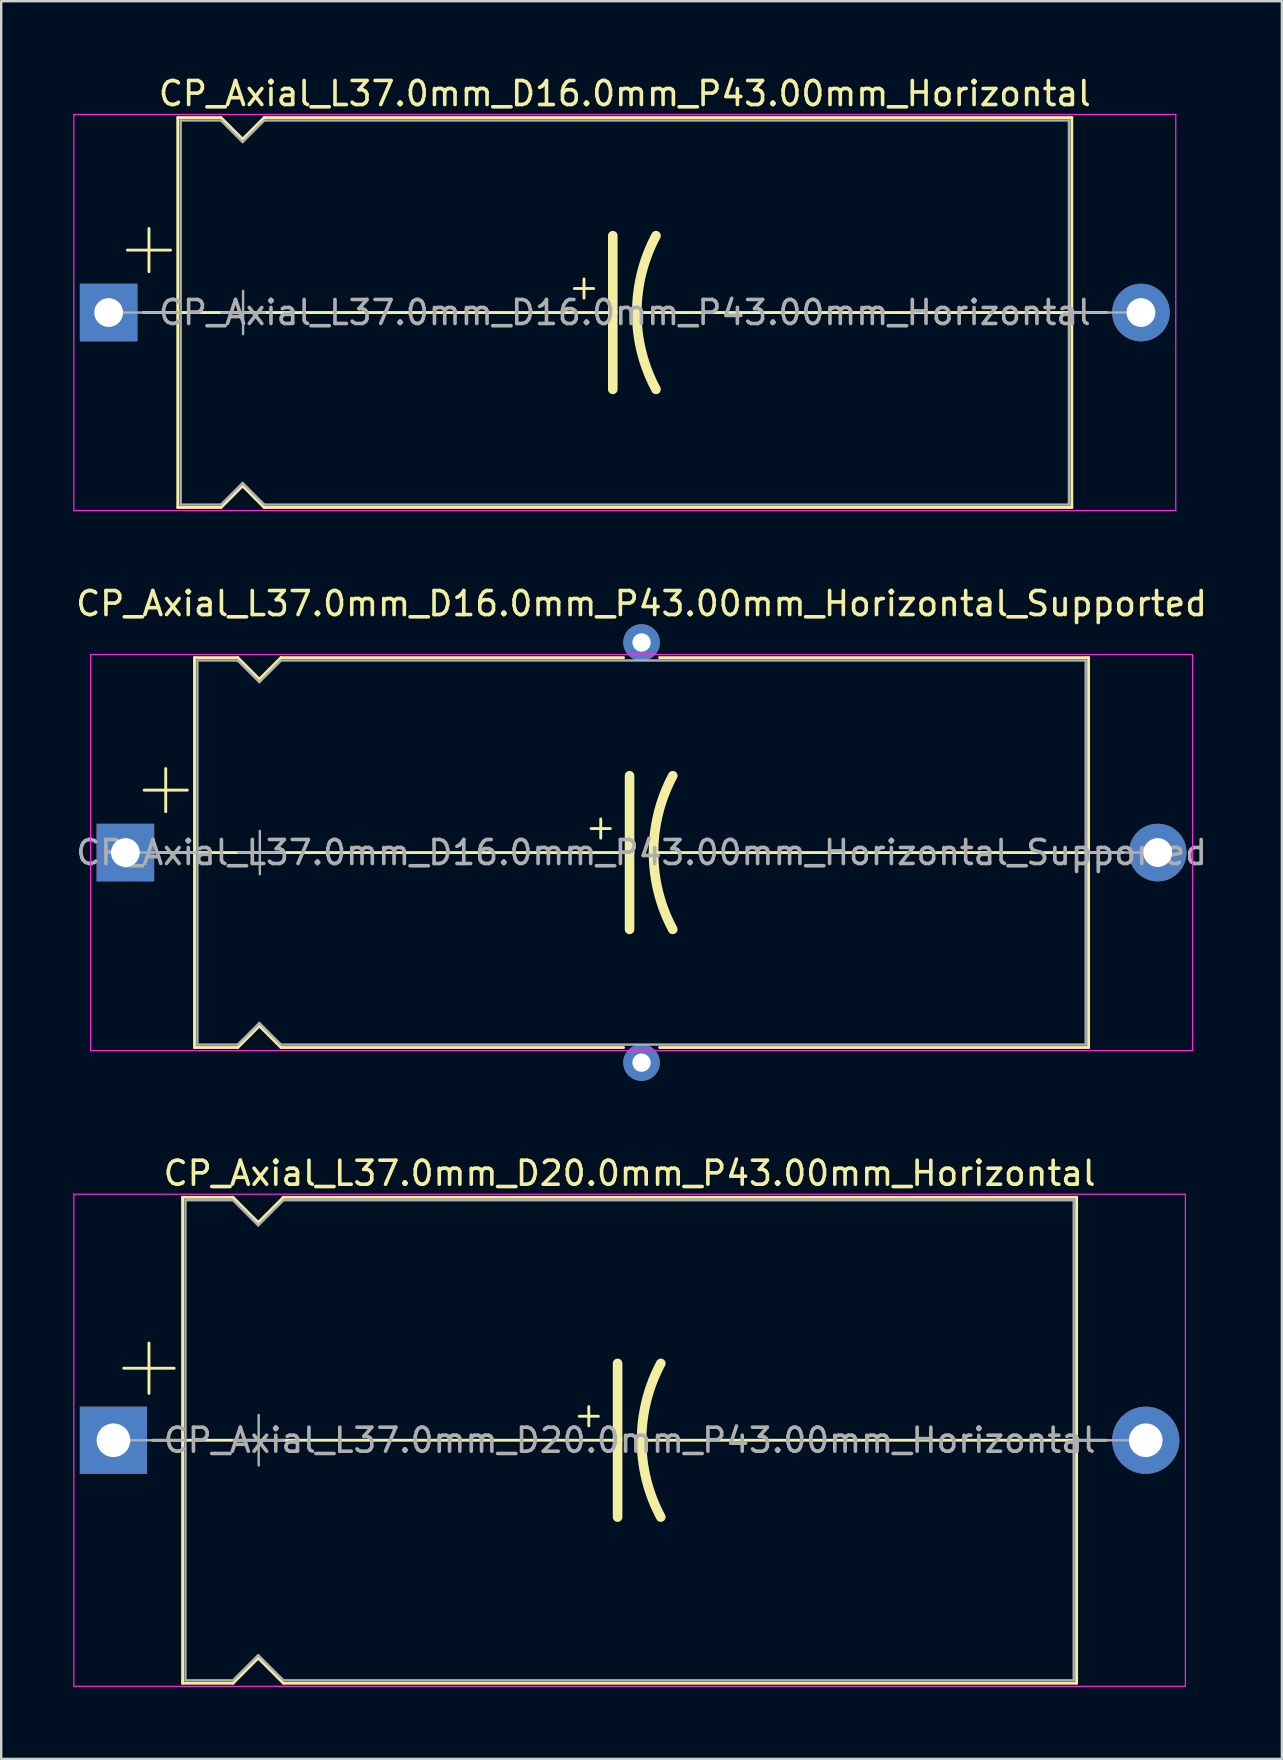
<source format=kicad_pcb>
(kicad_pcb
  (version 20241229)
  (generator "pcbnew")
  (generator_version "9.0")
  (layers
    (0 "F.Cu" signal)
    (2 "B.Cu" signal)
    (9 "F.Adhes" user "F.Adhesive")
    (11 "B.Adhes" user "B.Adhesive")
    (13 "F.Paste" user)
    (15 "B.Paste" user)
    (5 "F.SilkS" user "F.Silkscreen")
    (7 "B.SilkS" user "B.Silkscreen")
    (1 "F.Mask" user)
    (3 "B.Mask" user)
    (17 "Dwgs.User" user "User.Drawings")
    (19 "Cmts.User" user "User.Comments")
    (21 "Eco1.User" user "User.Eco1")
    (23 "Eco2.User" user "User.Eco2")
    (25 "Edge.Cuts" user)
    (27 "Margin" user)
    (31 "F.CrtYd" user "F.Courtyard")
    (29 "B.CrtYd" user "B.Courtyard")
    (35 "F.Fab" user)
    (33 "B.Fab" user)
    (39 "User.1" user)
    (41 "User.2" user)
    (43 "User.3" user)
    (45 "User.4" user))
  (footprint "CP_Axial_L37.0mm_D16.0mm_P43.00mm_Horizontal"
    (layer "F.Cu")
    (at 1.475 9.968)
    (property "Reference" "CP_Axial_L37.0mm_D16.0mm_P43.00mm_Horizontal" (at 21.5 -9.12 0) (layer "F.SilkS") (effects (font (size 1 1) (thickness 0.15))))
    (attr through_hole)
    (fp_line (start 0.78 -2.6) (end 2.58 -2.6) (stroke (width 0.12) (type solid)) (layer "F.SilkS"))
    (fp_line (start 1.44 0) (end 2.88 0) (stroke (width 0.12) (type solid)) (layer "F.SilkS"))
    (fp_line (start 1.68 -3.5) (end 1.68 -1.7) (stroke (width 0.12) (type solid)) (layer "F.SilkS"))
    (fp_line (start 2.88 -8.12) (end 2.88 8.12) (stroke (width 0.12) (type solid)) (layer "F.SilkS"))
    (fp_line (start 2.88 -8.12) (end 4.68 -8.12) (stroke (width 0.12) (type solid)) (layer "F.SilkS"))
    (fp_line (start 2.88 0) (end 21 0) (stroke (width 0.12) (type solid)) (layer "F.SilkS"))
    (fp_line (start 2.88 8.12) (end 4.68 8.12) (stroke (width 0.12) (type solid)) (layer "F.SilkS"))
    (fp_line (start 4.68 -8.12) (end 5.58 -7.22) (stroke (width 0.12) (type solid)) (layer "F.SilkS"))
    (fp_line (start 4.68 8.12) (end 5.58 7.22) (stroke (width 0.12) (type solid)) (layer "F.SilkS"))
    (fp_line (start 5.58 -7.22) (end 6.48 -8.12) (stroke (width 0.12) (type solid)) (layer "F.SilkS"))
    (fp_line (start 5.58 7.22) (end 6.48 8.12) (stroke (width 0.12) (type solid)) (layer "F.SilkS"))
    (fp_line (start 6.48 -8.12) (end 40.12 -8.12) (stroke (width 0.12) (type solid)) (layer "F.SilkS"))
    (fp_line (start 6.48 8.12) (end 40.12 8.12) (stroke (width 0.12) (type solid)) (layer "F.SilkS"))
    (fp_line (start 19.4 -1) (end 20.2 -1) (stroke (width 0.12) (type solid)) (layer "F.SilkS"))
    (fp_line (start 19.8 -1.4) (end 19.8 -0.6) (stroke (width 0.12) (type solid)) (layer "F.SilkS"))
    (fp_line (start 21 0) (end 21 -3.2) (stroke (width 0.4) (type solid)) (layer "F.SilkS"))
    (fp_line (start 21 0) (end 21 3.2) (stroke (width 0.4) (type solid)) (layer "F.SilkS"))
    (fp_line (start 40.12 -8.12) (end 40.12 8.12) (stroke (width 0.12) (type solid)) (layer "F.SilkS"))
    (fp_line (start 40.12 0) (end 22 0) (stroke (width 0.12) (type solid)) (layer "F.SilkS"))
    (fp_line (start 41.56 0) (end 40.12 0) (stroke (width 0.12) (type solid)) (layer "F.SilkS"))
    (fp_arc (start 22 0) (mid 22.203545 -1.649114) (end 22.8 -3.2) (stroke (width 0.4) (type solid)) (layer "F.SilkS"))
    (fp_arc (start 22.8 3.2) (mid 22.200709 1.649823) (end 22 0) (stroke (width 0.4) (type solid)) (layer "F.SilkS"))
    (fp_line (start -1.45 -8.25) (end -1.45 8.25) (stroke (width 0.05) (type solid)) (layer "F.CrtYd"))
    (fp_line (start -1.45 8.25) (end 44.45 8.25) (stroke (width 0.05) (type solid)) (layer "F.CrtYd"))
    (fp_line (start 44.45 -8.25) (end -1.45 -8.25) (stroke (width 0.05) (type solid)) (layer "F.CrtYd"))
    (fp_line (start 44.45 8.25) (end 44.45 -8.25) (stroke (width 0.05) (type solid)) (layer "F.CrtYd"))
    (fp_line (start 0 0) (end 3 0) (stroke (width 0.1) (type solid)) (layer "F.Fab"))
    (fp_line (start 3 -8) (end 3 8) (stroke (width 0.1) (type solid)) (layer "F.Fab"))
    (fp_line (start 3 -8) (end 4.68 -8) (stroke (width 0.1) (type solid)) (layer "F.Fab"))
    (fp_line (start 3 8) (end 4.68 8) (stroke (width 0.1) (type solid)) (layer "F.Fab"))
    (fp_line (start 4.68 -8) (end 5.58 -7.1) (stroke (width 0.1) (type solid)) (layer "F.Fab"))
    (fp_line (start 4.68 8) (end 5.58 7.1) (stroke (width 0.1) (type solid)) (layer "F.Fab"))
    (fp_line (start 4.7 0) (end 6.5 0) (stroke (width 0.1) (type solid)) (layer "F.Fab"))
    (fp_line (start 5.58 -7.1) (end 6.48 -8) (stroke (width 0.1) (type solid)) (layer "F.Fab"))
    (fp_line (start 5.58 7.1) (end 6.48 8) (stroke (width 0.1) (type solid)) (layer "F.Fab"))
    (fp_line (start 5.6 -0.9) (end 5.6 0.9) (stroke (width 0.1) (type solid)) (layer "F.Fab"))
    (fp_line (start 6.48 -8) (end 40 -8) (stroke (width 0.1) (type solid)) (layer "F.Fab"))
    (fp_line (start 6.48 8) (end 40 8) (stroke (width 0.1) (type solid)) (layer "F.Fab"))
    (fp_line (start 40 -8) (end 40 8) (stroke (width 0.1) (type solid)) (layer "F.Fab"))
    (fp_line (start 43 0) (end 40 0) (stroke (width 0.1) (type solid)) (layer "F.Fab"))
    (fp_text user "${REFERENCE}" (at 21.5 0 0) (layer "F.Fab") (effects (font (size 1 1) (thickness 0.15))))
    (pad "1" thru_hole rect (at 0 0) (size 2.4 2.4) (drill 1.2) (layers "*.Cu" "*.Mask"))
    (pad "2" thru_hole oval (at 43 0) (size 2.4 2.4) (drill 1.2) (layers "*.Cu" "*.Mask")))
  (footprint "CP_Axial_L37.0mm_D16.0mm_P43.00mm_Horizontal_Supported"
    (layer "F.Cu")
    (at 2.173 32.462)
    (property "Reference" "CP_Axial_L37.0mm_D16.0mm_P43.00mm_Horizontal_Supported" (at 21.5 -10.37 0) (layer "F.SilkS") (effects (font (size 1 1) (thickness 0.15))))
    (attr through_hole)
    (fp_line (start 0.78 -2.6) (end 2.58 -2.6) (stroke (width 0.12) (type solid)) (layer "F.SilkS"))
    (fp_line (start 1.44 0) (end 2.88 0) (stroke (width 0.12) (type solid)) (layer "F.SilkS"))
    (fp_line (start 1.68 -3.5) (end 1.68 -1.7) (stroke (width 0.12) (type solid)) (layer "F.SilkS"))
    (fp_line (start 2.88 -8.12) (end 2.88 8.12) (stroke (width 0.12) (type solid)) (layer "F.SilkS"))
    (fp_line (start 2.88 -8.12) (end 4.68 -8.12) (stroke (width 0.12) (type solid)) (layer "F.SilkS"))
    (fp_line (start 2.88 0) (end 21 0) (stroke (width 0.12) (type solid)) (layer "F.SilkS"))
    (fp_line (start 2.88 8.12) (end 4.68 8.12) (stroke (width 0.12) (type solid)) (layer "F.SilkS"))
    (fp_line (start 4.68 -8.12) (end 5.58 -7.22) (stroke (width 0.12) (type solid)) (layer "F.SilkS"))
    (fp_line (start 4.68 8.12) (end 5.58 7.22) (stroke (width 0.12) (type solid)) (layer "F.SilkS"))
    (fp_line (start 5.58 -7.22) (end 6.48 -8.12) (stroke (width 0.12) (type solid)) (layer "F.SilkS"))
    (fp_line (start 5.58 7.22) (end 6.48 8.12) (stroke (width 0.12) (type solid)) (layer "F.SilkS"))
    (fp_line (start 6.48 -8.12) (end 20.75 -8.12) (stroke (width 0.12) (type solid)) (layer "F.SilkS"))
    (fp_line (start 6.48 8.12) (end 20.75 8.12) (stroke (width 0.12) (type solid)) (layer "F.SilkS"))
    (fp_line (start 19.4 -1) (end 20.2 -1) (stroke (width 0.12) (type solid)) (layer "F.SilkS"))
    (fp_line (start 19.8 -1.4) (end 19.8 -0.6) (stroke (width 0.12) (type solid)) (layer "F.SilkS"))
    (fp_line (start 21 0) (end 21 -3.2) (stroke (width 0.4) (type solid)) (layer "F.SilkS"))
    (fp_line (start 21 0) (end 21 3.2) (stroke (width 0.4) (type solid)) (layer "F.SilkS"))
    (fp_line (start 22.25 -8.12) (end 40.12 -8.12) (stroke (width 0.12) (type solid)) (layer "F.SilkS"))
    (fp_line (start 22.25 8.12) (end 40.12 8.12) (stroke (width 0.12) (type solid)) (layer "F.SilkS"))
    (fp_line (start 40.12 -8.12) (end 40.12 8.12) (stroke (width 0.12) (type solid)) (layer "F.SilkS"))
    (fp_line (start 40.12 0) (end 22 0) (stroke (width 0.12) (type solid)) (layer "F.SilkS"))
    (fp_line (start 41.56 0) (end 40.12 0) (stroke (width 0.12) (type solid)) (layer "F.SilkS"))
    (fp_arc (start 22 0) (mid 22.203545 -1.649114) (end 22.8 -3.2) (stroke (width 0.4) (type solid)) (layer "F.SilkS"))
    (fp_arc (start 22.8 3.2) (mid 22.200709 1.649823) (end 22 0) (stroke (width 0.4) (type solid)) (layer "F.SilkS"))
    (fp_line (start -1.45 -8.25) (end -1.45 8.25) (stroke (width 0.05) (type solid)) (layer "F.CrtYd"))
    (fp_line (start -1.45 8.25) (end 44.45 8.25) (stroke (width 0.05) (type solid)) (layer "F.CrtYd"))
    (fp_line (start 44.45 -8.25) (end -1.45 -8.25) (stroke (width 0.05) (type solid)) (layer "F.CrtYd"))
    (fp_line (start 44.45 8.25) (end 44.45 -8.25) (stroke (width 0.05) (type solid)) (layer "F.CrtYd"))
    (fp_line (start 0 0) (end 3 0) (stroke (width 0.1) (type solid)) (layer "F.Fab"))
    (fp_line (start 3 -8) (end 3 8) (stroke (width 0.1) (type solid)) (layer "F.Fab"))
    (fp_line (start 3 -8) (end 4.68 -8) (stroke (width 0.1) (type solid)) (layer "F.Fab"))
    (fp_line (start 3 8) (end 4.68 8) (stroke (width 0.1) (type solid)) (layer "F.Fab"))
    (fp_line (start 4.68 -8) (end 5.58 -7.1) (stroke (width 0.1) (type solid)) (layer "F.Fab"))
    (fp_line (start 4.68 8) (end 5.58 7.1) (stroke (width 0.1) (type solid)) (layer "F.Fab"))
    (fp_line (start 4.7 0) (end 6.5 0) (stroke (width 0.1) (type solid)) (layer "F.Fab"))
    (fp_line (start 5.58 -7.1) (end 6.48 -8) (stroke (width 0.1) (type solid)) (layer "F.Fab"))
    (fp_line (start 5.58 7.1) (end 6.48 8) (stroke (width 0.1) (type solid)) (layer "F.Fab"))
    (fp_line (start 5.6 -0.9) (end 5.6 0.9) (stroke (width 0.1) (type solid)) (layer "F.Fab"))
    (fp_line (start 6.48 -8) (end 40 -8) (stroke (width 0.1) (type solid)) (layer "F.Fab"))
    (fp_line (start 6.48 8) (end 40 8) (stroke (width 0.1) (type solid)) (layer "F.Fab"))
    (fp_line (start 40 -8) (end 40 8) (stroke (width 0.1) (type solid)) (layer "F.Fab"))
    (fp_line (start 43 0) (end 40 0) (stroke (width 0.1) (type solid)) (layer "F.Fab"))
    (fp_text user "${REFERENCE}" (at 21.5 0 0) (layer "F.Fab") (effects (font (size 1 1) (thickness 0.15))))
    (pad "" thru_hole circle (at 21.5 -8.75) (size 1.524 1.524) (drill 0.762) (layers "*.Cu" "*.Mask"))
    (pad "" thru_hole circle (at 21.5 8.75) (size 1.524 1.524) (drill 0.762) (layers "*.Cu" "*.Mask"))
    (pad "1" thru_hole rect (at 0 0) (size 2.4 2.4) (drill 1.2) (layers "*.Cu" "*.Mask"))
    (pad "2" thru_hole oval (at 43 0) (size 2.4 2.4) (drill 1.2) (layers "*.Cu" "*.Mask")))
  (footprint "CP_Axial_L37.0mm_D20.0mm_P43.00mm_Horizontal"
    (layer "F.Cu")
    (at 1.675 56.942)
    (property "Reference" "CP_Axial_L37.0mm_D20.0mm_P43.00mm_Horizontal" (at 21.5 -11.12 0) (layer "F.SilkS") (effects (font (size 1 1) (thickness 0.15))))
    (attr through_hole)
    (fp_line (start 0.43 -3) (end 2.53 -3) (stroke (width 0.12) (type solid)) (layer "F.SilkS"))
    (fp_line (start 1.48 -4.05) (end 1.48 -1.95) (stroke (width 0.12) (type solid)) (layer "F.SilkS"))
    (fp_line (start 1.64 0) (end 2.88 0) (stroke (width 0.12) (type solid)) (layer "F.SilkS"))
    (fp_line (start 2.88 -10.12) (end 2.88 10.12) (stroke (width 0.12) (type solid)) (layer "F.SilkS"))
    (fp_line (start 2.88 -10.12) (end 4.98 -10.12) (stroke (width 0.12) (type solid)) (layer "F.SilkS"))
    (fp_line (start 2.88 0) (end 21 0) (stroke (width 0.12) (type solid)) (layer "F.SilkS"))
    (fp_line (start 2.88 10.12) (end 4.98 10.12) (stroke (width 0.12) (type solid)) (layer "F.SilkS"))
    (fp_line (start 4.98 -10.12) (end 6.03 -9.07) (stroke (width 0.12) (type solid)) (layer "F.SilkS"))
    (fp_line (start 4.98 10.12) (end 6.03 9.07) (stroke (width 0.12) (type solid)) (layer "F.SilkS"))
    (fp_line (start 6.03 -9.07) (end 7.08 -10.12) (stroke (width 0.12) (type solid)) (layer "F.SilkS"))
    (fp_line (start 6.03 9.07) (end 7.08 10.12) (stroke (width 0.12) (type solid)) (layer "F.SilkS"))
    (fp_line (start 7.08 -10.12) (end 40.12 -10.12) (stroke (width 0.12) (type solid)) (layer "F.SilkS"))
    (fp_line (start 7.08 10.12) (end 40.12 10.12) (stroke (width 0.12) (type solid)) (layer "F.SilkS"))
    (fp_line (start 19.4 -1) (end 20.2 -1) (stroke (width 0.12) (type solid)) (layer "F.SilkS"))
    (fp_line (start 19.8 -1.4) (end 19.8 -0.6) (stroke (width 0.12) (type solid)) (layer "F.SilkS"))
    (fp_line (start 21 0) (end 21 -3.2) (stroke (width 0.4) (type solid)) (layer "F.SilkS"))
    (fp_line (start 21 0) (end 21 3.2) (stroke (width 0.4) (type solid)) (layer "F.SilkS"))
    (fp_line (start 40.12 -10.12) (end 40.12 10.12) (stroke (width 0.12) (type solid)) (layer "F.SilkS"))
    (fp_line (start 40.12 0) (end 22 0) (stroke (width 0.12) (type solid)) (layer "F.SilkS"))
    (fp_line (start 41.36 0) (end 40.12 0) (stroke (width 0.12) (type solid)) (layer "F.SilkS"))
    (fp_arc (start 22 0) (mid 22.203545 -1.649114) (end 22.8 -3.2) (stroke (width 0.4) (type solid)) (layer "F.SilkS"))
    (fp_arc (start 22.8 3.2) (mid 22.200709 1.649823) (end 22 0) (stroke (width 0.4) (type solid)) (layer "F.SilkS"))
    (fp_line (start -1.65 -10.25) (end -1.65 10.25) (stroke (width 0.05) (type solid)) (layer "F.CrtYd"))
    (fp_line (start -1.65 10.25) (end 44.65 10.25) (stroke (width 0.05) (type solid)) (layer "F.CrtYd"))
    (fp_line (start 44.65 -10.25) (end -1.65 -10.25) (stroke (width 0.05) (type solid)) (layer "F.CrtYd"))
    (fp_line (start 44.65 10.25) (end 44.65 -10.25) (stroke (width 0.05) (type solid)) (layer "F.CrtYd"))
    (fp_line (start 0 0) (end 3 0) (stroke (width 0.1) (type solid)) (layer "F.Fab"))
    (fp_line (start 3 -10) (end 3 10) (stroke (width 0.1) (type solid)) (layer "F.Fab"))
    (fp_line (start 3 -10) (end 4.98 -10) (stroke (width 0.1) (type solid)) (layer "F.Fab"))
    (fp_line (start 3 10) (end 4.98 10) (stroke (width 0.1) (type solid)) (layer "F.Fab"))
    (fp_line (start 4.98 -10) (end 6.03 -8.95) (stroke (width 0.1) (type solid)) (layer "F.Fab"))
    (fp_line (start 4.98 10) (end 6.03 8.95) (stroke (width 0.1) (type solid)) (layer "F.Fab"))
    (fp_line (start 5 0) (end 7.1 0) (stroke (width 0.1) (type solid)) (layer "F.Fab"))
    (fp_line (start 6.03 -8.95) (end 7.08 -10) (stroke (width 0.1) (type solid)) (layer "F.Fab"))
    (fp_line (start 6.03 8.95) (end 7.08 10) (stroke (width 0.1) (type solid)) (layer "F.Fab"))
    (fp_line (start 6.05 -1.05) (end 6.05 1.05) (stroke (width 0.1) (type solid)) (layer "F.Fab"))
    (fp_line (start 7.08 -10) (end 40 -10) (stroke (width 0.1) (type solid)) (layer "F.Fab"))
    (fp_line (start 7.08 10) (end 40 10) (stroke (width 0.1) (type solid)) (layer "F.Fab"))
    (fp_line (start 40 -10) (end 40 10) (stroke (width 0.1) (type solid)) (layer "F.Fab"))
    (fp_line (start 43 0) (end 40 0) (stroke (width 0.1) (type solid)) (layer "F.Fab"))
    (fp_text user "${REFERENCE}" (at 21.5 0 0) (layer "F.Fab") (effects (font (size 1 1) (thickness 0.15))))
    (pad "1" thru_hole rect (at 0 0) (size 2.8 2.8) (drill 1.4) (layers "*.Cu" "*.Mask"))
    (pad "2" thru_hole oval (at 43 0) (size 2.8 2.8) (drill 1.4) (layers "*.Cu" "*.Mask")))
  (gr_rect
    (start -3 -3)
    (end 50.345 70.217)
    (stroke (width 0.1) (type default))
    (fill no)
    (layer "Edge.Cuts")))
</source>
